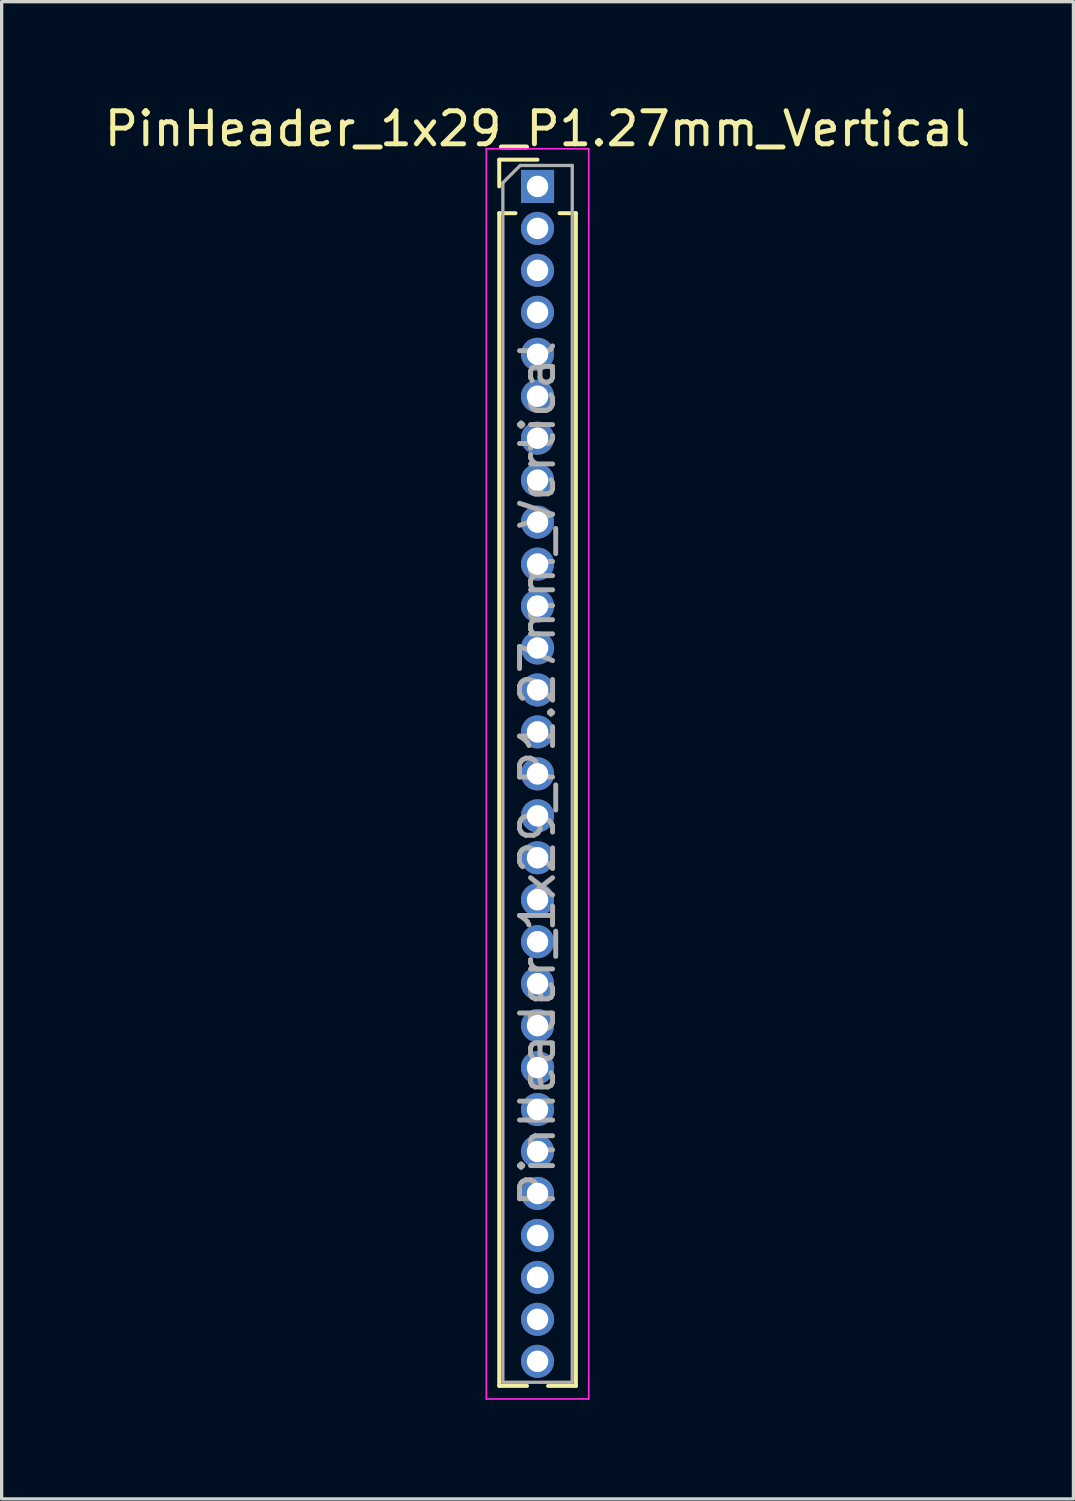
<source format=kicad_pcb>
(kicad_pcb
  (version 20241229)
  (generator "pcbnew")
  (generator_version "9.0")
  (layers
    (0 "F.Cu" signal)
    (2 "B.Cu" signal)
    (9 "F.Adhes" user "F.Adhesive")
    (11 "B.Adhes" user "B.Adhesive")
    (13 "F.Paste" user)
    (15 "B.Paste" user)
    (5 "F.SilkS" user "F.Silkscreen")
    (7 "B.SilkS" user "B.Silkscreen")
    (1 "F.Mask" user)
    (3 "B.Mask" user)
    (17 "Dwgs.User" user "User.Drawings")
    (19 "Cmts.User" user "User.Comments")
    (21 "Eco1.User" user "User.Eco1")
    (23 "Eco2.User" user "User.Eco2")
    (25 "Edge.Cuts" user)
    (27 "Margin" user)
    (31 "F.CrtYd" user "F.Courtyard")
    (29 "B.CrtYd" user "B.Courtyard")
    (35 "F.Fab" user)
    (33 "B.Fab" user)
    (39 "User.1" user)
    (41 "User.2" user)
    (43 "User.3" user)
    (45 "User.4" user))
  (footprint "PinHeader_1x29_P1.27mm_Vertical"
    (layer "F.Cu")
    (at 13.22 2.593)
    (property "Reference" "PinHeader_1x29_P1.27mm_Vertical" (at 0 -1.745 0) (layer "F.SilkS") (effects (font (size 1 1) (thickness 0.15))))
    (attr through_hole)
    (fp_line (start -1.16 -0.81) (end 0 -0.81) (stroke (width 0.12) (type solid)) (layer "F.SilkS"))
    (fp_line (start -1.16 0) (end -1.16 -0.81) (stroke (width 0.12) (type solid)) (layer "F.SilkS"))
    (fp_line (start -1.16 0.81) (end -1.16 36.305) (stroke (width 0.12) (type solid)) (layer "F.SilkS"))
    (fp_line (start -1.16 0.81) (end -0.667 0.81) (stroke (width 0.12) (type solid)) (layer "F.SilkS"))
    (fp_line (start -1.16 36.305) (end -0.318 36.305) (stroke (width 0.12) (type solid)) (layer "F.SilkS"))
    (fp_line (start 0.318 36.305) (end 1.16 36.305) (stroke (width 0.12) (type solid)) (layer "F.SilkS"))
    (fp_line (start 0.667 0.81) (end 1.16 0.81) (stroke (width 0.12) (type solid)) (layer "F.SilkS"))
    (fp_line (start 1.16 0.81) (end 1.16 36.305) (stroke (width 0.12) (type solid)) (layer "F.SilkS"))
    (fp_line (start -1.55 -1.14) (end -1.55 36.7) (stroke (width 0.05) (type solid)) (layer "F.CrtYd"))
    (fp_line (start -1.55 36.7) (end 1.55 36.7) (stroke (width 0.05) (type solid)) (layer "F.CrtYd"))
    (fp_line (start 1.55 -1.14) (end -1.55 -1.14) (stroke (width 0.05) (type solid)) (layer "F.CrtYd"))
    (fp_line (start 1.55 36.7) (end 1.55 -1.14) (stroke (width 0.05) (type solid)) (layer "F.CrtYd"))
    (fp_line (start -1.05 -0.11) (end -0.525 -0.635) (stroke (width 0.1) (type solid)) (layer "F.Fab"))
    (fp_line (start -1.05 36.195) (end -1.05 -0.11) (stroke (width 0.1) (type solid)) (layer "F.Fab"))
    (fp_line (start -0.525 -0.635) (end 1.05 -0.635) (stroke (width 0.1) (type solid)) (layer "F.Fab"))
    (fp_line (start 1.05 -0.635) (end 1.05 36.195) (stroke (width 0.1) (type solid)) (layer "F.Fab"))
    (fp_line (start 1.05 36.195) (end -1.05 36.195) (stroke (width 0.1) (type solid)) (layer "F.Fab"))
    (fp_text user "${REFERENCE}" (at 0 17.78 90) (layer "F.Fab") (effects (font (size 1 1) (thickness 0.15))))
    (pad "1" thru_hole rect (at 0 0) (size 1 1) (drill 0.65) (layers "*.Cu" "*.Mask"))
    (pad "2" thru_hole circle (at 0 1.27) (size 1 1) (drill 0.65) (layers "*.Cu" "*.Mask"))
    (pad "3" thru_hole circle (at 0 2.54) (size 1 1) (drill 0.65) (layers "*.Cu" "*.Mask"))
    (pad "4" thru_hole circle (at 0 3.81) (size 1 1) (drill 0.65) (layers "*.Cu" "*.Mask"))
    (pad "5" thru_hole circle (at 0 5.08) (size 1 1) (drill 0.65) (layers "*.Cu" "*.Mask"))
    (pad "6" thru_hole circle (at 0 6.35) (size 1 1) (drill 0.65) (layers "*.Cu" "*.Mask"))
    (pad "7" thru_hole circle (at 0 7.62) (size 1 1) (drill 0.65) (layers "*.Cu" "*.Mask"))
    (pad "8" thru_hole circle (at 0 8.89) (size 1 1) (drill 0.65) (layers "*.Cu" "*.Mask"))
    (pad "9" thru_hole circle (at 0 10.16) (size 1 1) (drill 0.65) (layers "*.Cu" "*.Mask"))
    (pad "10" thru_hole circle (at 0 11.43) (size 1 1) (drill 0.65) (layers "*.Cu" "*.Mask"))
    (pad "11" thru_hole circle (at 0 12.7) (size 1 1) (drill 0.65) (layers "*.Cu" "*.Mask"))
    (pad "12" thru_hole circle (at 0 13.97) (size 1 1) (drill 0.65) (layers "*.Cu" "*.Mask"))
    (pad "13" thru_hole circle (at 0 15.24) (size 1 1) (drill 0.65) (layers "*.Cu" "*.Mask"))
    (pad "14" thru_hole circle (at 0 16.51) (size 1 1) (drill 0.65) (layers "*.Cu" "*.Mask"))
    (pad "15" thru_hole circle (at 0 17.78) (size 1 1) (drill 0.65) (layers "*.Cu" "*.Mask"))
    (pad "16" thru_hole circle (at 0 19.05) (size 1 1) (drill 0.65) (layers "*.Cu" "*.Mask"))
    (pad "17" thru_hole circle (at 0 20.32) (size 1 1) (drill 0.65) (layers "*.Cu" "*.Mask"))
    (pad "18" thru_hole circle (at 0 21.59) (size 1 1) (drill 0.65) (layers "*.Cu" "*.Mask"))
    (pad "19" thru_hole circle (at 0 22.86) (size 1 1) (drill 0.65) (layers "*.Cu" "*.Mask"))
    (pad "20" thru_hole circle (at 0 24.13) (size 1 1) (drill 0.65) (layers "*.Cu" "*.Mask"))
    (pad "21" thru_hole circle (at 0 25.4) (size 1 1) (drill 0.65) (layers "*.Cu" "*.Mask"))
    (pad "22" thru_hole circle (at 0 26.67) (size 1 1) (drill 0.65) (layers "*.Cu" "*.Mask"))
    (pad "23" thru_hole circle (at 0 27.94) (size 1 1) (drill 0.65) (layers "*.Cu" "*.Mask"))
    (pad "24" thru_hole circle (at 0 29.21) (size 1 1) (drill 0.65) (layers "*.Cu" "*.Mask"))
    (pad "25" thru_hole circle (at 0 30.48) (size 1 1) (drill 0.65) (layers "*.Cu" "*.Mask"))
    (pad "26" thru_hole circle (at 0 31.75) (size 1 1) (drill 0.65) (layers "*.Cu" "*.Mask"))
    (pad "27" thru_hole circle (at 0 33.02) (size 1 1) (drill 0.65) (layers "*.Cu" "*.Mask"))
    (pad "28" thru_hole circle (at 0 34.29) (size 1 1) (drill 0.65) (layers "*.Cu" "*.Mask"))
    (pad "29" thru_hole circle (at 0 35.56) (size 1 1) (drill 0.65) (layers "*.Cu" "*.Mask")))
  (gr_rect
    (start -3 -3)
    (end 29.44 42.318)
    (stroke (width 0.1) (type default))
    (fill no)
    (layer "Edge.Cuts")))
</source>
